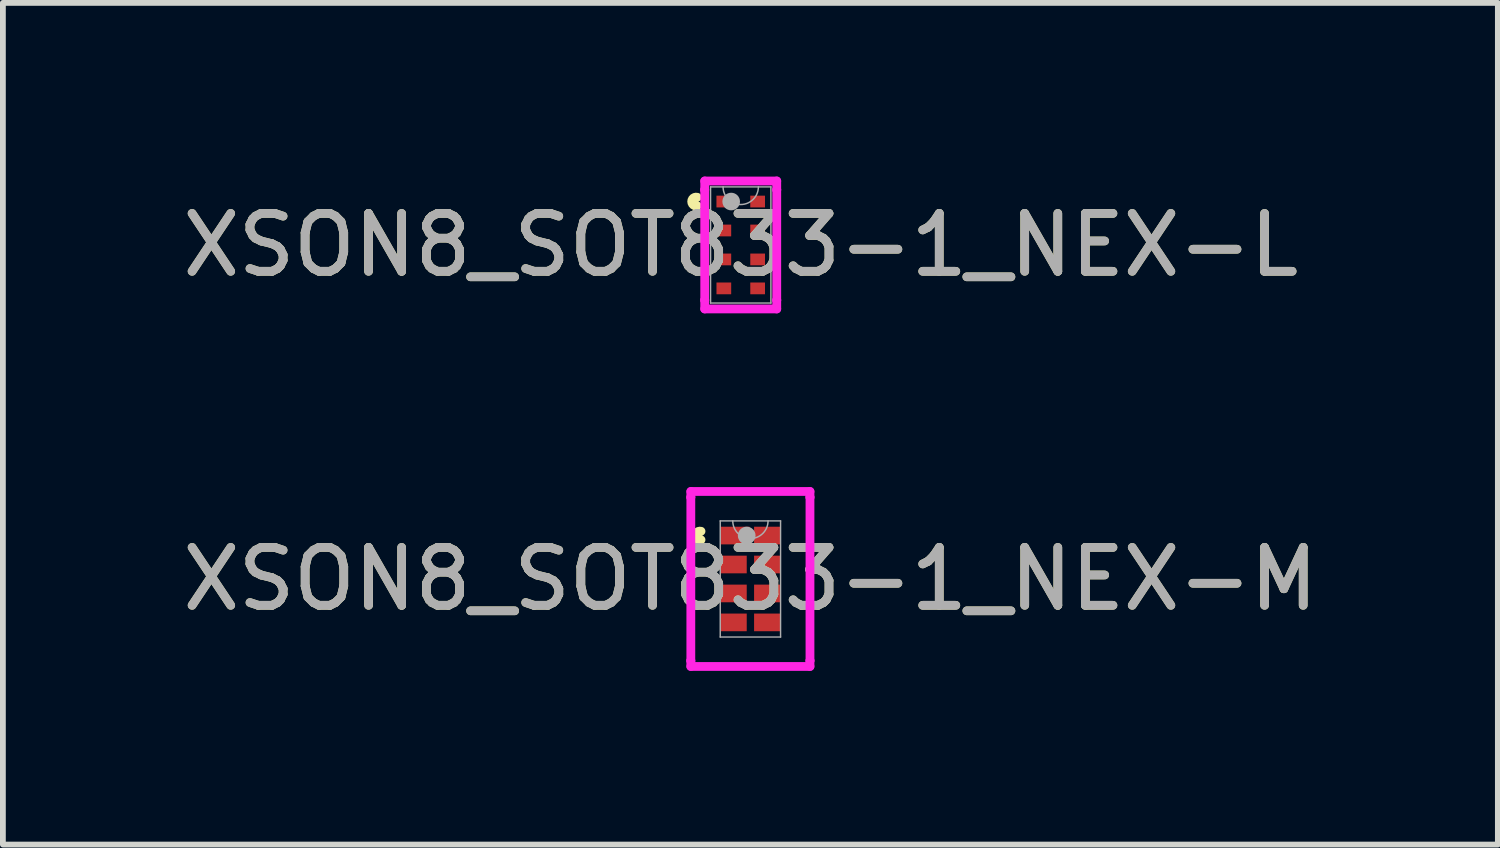
<source format=kicad_pcb>
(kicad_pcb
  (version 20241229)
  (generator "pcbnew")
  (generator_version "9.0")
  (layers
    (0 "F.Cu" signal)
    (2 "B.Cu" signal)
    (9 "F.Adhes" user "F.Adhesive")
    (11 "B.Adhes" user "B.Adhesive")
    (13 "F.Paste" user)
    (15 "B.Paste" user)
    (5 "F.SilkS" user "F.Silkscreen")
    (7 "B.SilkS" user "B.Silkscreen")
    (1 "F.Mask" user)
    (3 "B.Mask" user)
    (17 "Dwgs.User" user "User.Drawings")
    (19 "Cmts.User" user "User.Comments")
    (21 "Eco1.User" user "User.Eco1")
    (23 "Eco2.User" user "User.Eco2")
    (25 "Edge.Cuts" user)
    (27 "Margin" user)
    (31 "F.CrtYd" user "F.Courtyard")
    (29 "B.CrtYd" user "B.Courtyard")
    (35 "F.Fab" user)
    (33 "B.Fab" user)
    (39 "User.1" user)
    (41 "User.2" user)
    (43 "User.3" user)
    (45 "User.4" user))
  (footprint "XSON8_SOT833-1_NEX-L"
    (layer "F.Cu")
    (at 9.744 1.181)
    (property "Reference" "XSON8_SOT833-1_NEX-L" (at 0 0 0) (unlocked yes) (layer "F.SilkS") (effects (font (size 1 1) (thickness 0.15))))
    (attr smd)
    (fp_arc (start -0.75184 -0.676376) (mid -0.846963 -0.750189) (end -0.75184 -0.824002) (stroke (width 0.1524) (type solid)) (layer "F.SilkS"))
    (fp_line (start -0.622 -1.105) (end 0.622 -1.105) (stroke (width 0.152) (type solid)) (layer "F.CrtYd"))
    (fp_line (start -0.622 -0.953) (end -0.622 -1.105) (stroke (width 0.152) (type solid)) (layer "F.CrtYd"))
    (fp_line (start -0.622 -0.953) (end -0.622 -0.953) (stroke (width 0.152) (type solid)) (layer "F.CrtYd"))
    (fp_line (start -0.622 0.953) (end -0.622 -0.953) (stroke (width 0.152) (type solid)) (layer "F.CrtYd"))
    (fp_line (start -0.622 0.953) (end -0.622 0.953) (stroke (width 0.152) (type solid)) (layer "F.CrtYd"))
    (fp_line (start -0.622 1.105) (end -0.622 0.953) (stroke (width 0.152) (type solid)) (layer "F.CrtYd"))
    (fp_line (start 0.622 -1.105) (end 0.622 -0.953) (stroke (width 0.152) (type solid)) (layer "F.CrtYd"))
    (fp_line (start 0.622 -0.953) (end 0.622 -0.953) (stroke (width 0.152) (type solid)) (layer "F.CrtYd"))
    (fp_line (start 0.622 -0.953) (end 0.622 0.953) (stroke (width 0.152) (type solid)) (layer "F.CrtYd"))
    (fp_line (start 0.622 0.953) (end 0.622 0.953) (stroke (width 0.152) (type solid)) (layer "F.CrtYd"))
    (fp_line (start 0.622 0.953) (end 0.622 1.105) (stroke (width 0.152) (type solid)) (layer "F.CrtYd"))
    (fp_line (start 0.622 1.105) (end -0.622 1.105) (stroke (width 0.152) (type solid)) (layer "F.CrtYd"))
    (fp_line (start -0.521 -1.003) (end -0.521 1.003) (stroke (width 0.025) (type solid)) (layer "F.Fab"))
    (fp_line (start -0.521 1.003) (end 0.521 1.003) (stroke (width 0.025) (type solid)) (layer "F.Fab"))
    (fp_line (start 0.521 -1.003) (end -0.521 -1.003) (stroke (width 0.025) (type solid)) (layer "F.Fab"))
    (fp_line (start 0.521 1.003) (end 0.521 -1.003) (stroke (width 0.025) (type solid)) (layer "F.Fab"))
    (fp_arc (start 0.3048 -1.0033) (mid 0 -0.6985) (end -0.3048 -1.0033) (stroke (width 0.0254) (type solid)) (layer "F.Fab"))
    (fp_circle (center -0.165 -0.75) (end -0.089 -0.75) (stroke (width 0.152) (type solid)) (fill no) (layer "F.Fab"))
    (fp_text user "${REFERENCE}" (at 0 0 0) (unlocked yes) (layer "F.Fab") (effects (font (size 1 1) (thickness 0.15))))
    (pad "1" smd rect (at -0.267 -0.75) (size 0.305 0.203) (layers "F.Cu" "F.Mask" "F.Paste"))
    (pad "2" smd rect (at -0.292 -0.25) (size 0.254 0.203) (layers "F.Cu" "F.Mask" "F.Paste"))
    (pad "3" smd rect (at -0.292 0.25) (size 0.254 0.203) (layers "F.Cu" "F.Mask" "F.Paste"))
    (pad "4" smd rect (at -0.292 0.75) (size 0.254 0.203) (layers "F.Cu" "F.Mask" "F.Paste"))
    (pad "5" smd rect (at 0.292 0.75) (size 0.254 0.203) (layers "F.Cu" "F.Mask" "F.Paste"))
    (pad "6" smd rect (at 0.292 0.25) (size 0.254 0.203) (layers "F.Cu" "F.Mask" "F.Paste"))
    (pad "7" smd rect (at 0.292 -0.25) (size 0.254 0.203) (layers "F.Cu" "F.Mask" "F.Paste"))
    (pad "8" smd rect (at 0.292 -0.75) (size 0.254 0.203) (layers "F.Cu" "F.Mask" "F.Paste")))
  (footprint "XSON8_SOT833-1_NEX-M"
    (layer "F.Cu")
    (at 9.911 6.95)
    (property "Reference" "XSON8_SOT833-1_NEX-M" (at 0 0 0) (unlocked yes) (layer "F.SilkS") (effects (font (size 1 1) (thickness 0.15))))
    (attr smd)
    (fp_arc (start -0.85344 -0.676376) (mid -0.948563 -0.750189) (end -0.85344 -0.824002) (stroke (width 0.1524) (type solid)) (layer "F.SilkS"))
    (fp_line (start -1.029 -1.511) (end 1.029 -1.511) (stroke (width 0.152) (type solid)) (layer "F.CrtYd"))
    (fp_line (start -1.029 -1.411) (end -1.029 -1.511) (stroke (width 0.152) (type solid)) (layer "F.CrtYd"))
    (fp_line (start -1.029 -1.411) (end -1.029 -1.411) (stroke (width 0.152) (type solid)) (layer "F.CrtYd"))
    (fp_line (start -1.029 1.411) (end -1.029 -1.411) (stroke (width 0.152) (type solid)) (layer "F.CrtYd"))
    (fp_line (start -1.029 1.411) (end -1.029 1.411) (stroke (width 0.152) (type solid)) (layer "F.CrtYd"))
    (fp_line (start -1.029 1.511) (end -1.029 1.411) (stroke (width 0.152) (type solid)) (layer "F.CrtYd"))
    (fp_line (start 1.029 -1.511) (end 1.029 -1.411) (stroke (width 0.152) (type solid)) (layer "F.CrtYd"))
    (fp_line (start 1.029 -1.411) (end 1.029 -1.411) (stroke (width 0.152) (type solid)) (layer "F.CrtYd"))
    (fp_line (start 1.029 -1.411) (end 1.029 1.411) (stroke (width 0.152) (type solid)) (layer "F.CrtYd"))
    (fp_line (start 1.029 1.411) (end 1.029 1.411) (stroke (width 0.152) (type solid)) (layer "F.CrtYd"))
    (fp_line (start 1.029 1.411) (end 1.029 1.511) (stroke (width 0.152) (type solid)) (layer "F.CrtYd"))
    (fp_line (start 1.029 1.511) (end -1.029 1.511) (stroke (width 0.152) (type solid)) (layer "F.CrtYd"))
    (fp_line (start -0.521 -1.003) (end -0.521 1.003) (stroke (width 0.025) (type solid)) (layer "F.Fab"))
    (fp_line (start -0.521 1.003) (end 0.521 1.003) (stroke (width 0.025) (type solid)) (layer "F.Fab"))
    (fp_line (start 0.521 -1.003) (end -0.521 -1.003) (stroke (width 0.025) (type solid)) (layer "F.Fab"))
    (fp_line (start 0.521 1.003) (end 0.521 -1.003) (stroke (width 0.025) (type solid)) (layer "F.Fab"))
    (fp_arc (start 0.3048 -1.0033) (mid 0 -0.6985) (end -0.3048 -1.0033) (stroke (width 0.0254) (type solid)) (layer "F.Fab"))
    (fp_circle (center -0.064 -0.75) (end 0.013 -0.75) (stroke (width 0.152) (type solid)) (fill no) (layer "F.Fab"))
    (fp_text user "${REFERENCE}" (at 0 0 0) (unlocked yes) (layer "F.Fab") (effects (font (size 1 1) (thickness 0.15))))
    (pad "1" smd rect (at -0.267 -0.75) (size 0.508 0.305) (layers "F.Cu" "F.Mask" "F.Paste"))
    (pad "2" smd rect (at -0.292 -0.25) (size 0.457 0.305) (layers "F.Cu" "F.Mask" "F.Paste"))
    (pad "3" smd rect (at -0.292 0.25) (size 0.457 0.305) (layers "F.Cu" "F.Mask" "F.Paste"))
    (pad "4" smd rect (at -0.292 0.75) (size 0.457 0.305) (layers "F.Cu" "F.Mask" "F.Paste"))
    (pad "5" smd rect (at 0.292 0.75) (size 0.457 0.305) (layers "F.Cu" "F.Mask" "F.Paste"))
    (pad "6" smd rect (at 0.292 0.25) (size 0.457 0.305) (layers "F.Cu" "F.Mask" "F.Paste"))
    (pad "7" smd rect (at 0.292 -0.25) (size 0.457 0.305) (layers "F.Cu" "F.Mask" "F.Paste"))
    (pad "8" smd rect (at 0.292 -0.75) (size 0.457 0.305) (layers "F.Cu" "F.Mask" "F.Paste")))
  (gr_rect
    (start -3 -3)
    (end 22.821 11.537)
    (stroke (width 0.1) (type default))
    (fill no)
    (layer "Edge.Cuts")))
</source>
